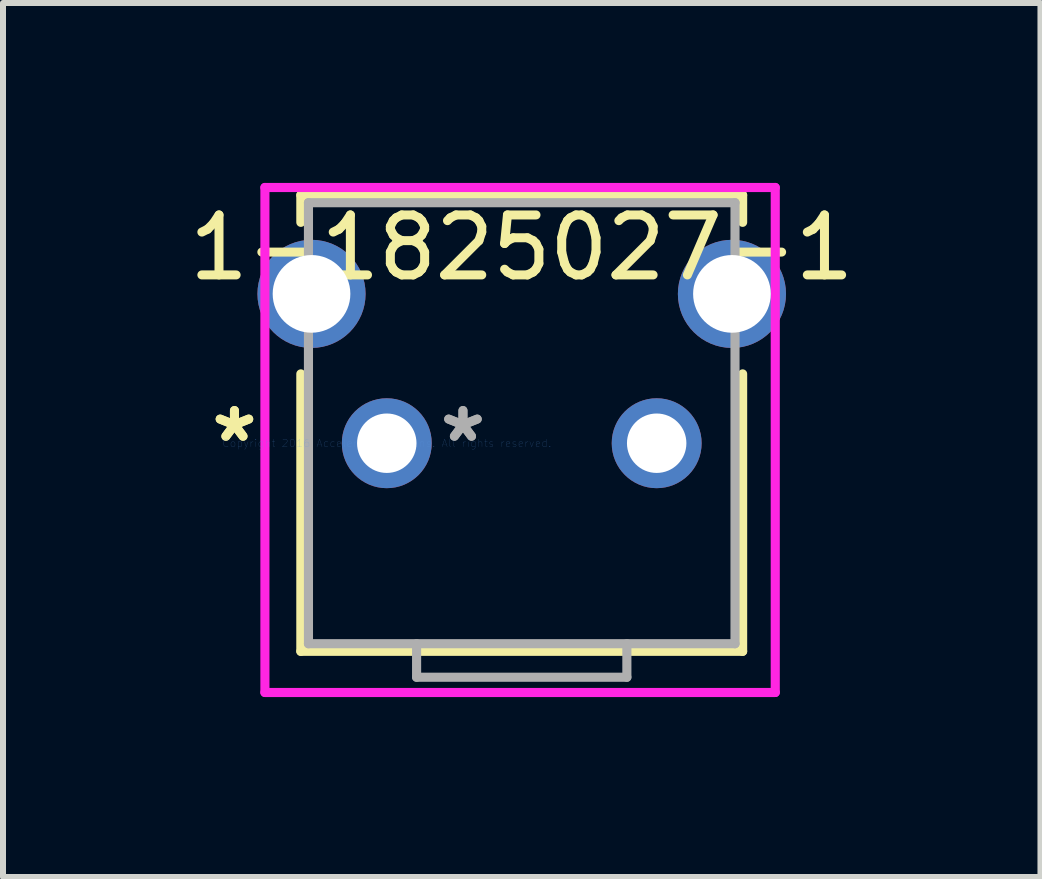
<source format=kicad_pcb>
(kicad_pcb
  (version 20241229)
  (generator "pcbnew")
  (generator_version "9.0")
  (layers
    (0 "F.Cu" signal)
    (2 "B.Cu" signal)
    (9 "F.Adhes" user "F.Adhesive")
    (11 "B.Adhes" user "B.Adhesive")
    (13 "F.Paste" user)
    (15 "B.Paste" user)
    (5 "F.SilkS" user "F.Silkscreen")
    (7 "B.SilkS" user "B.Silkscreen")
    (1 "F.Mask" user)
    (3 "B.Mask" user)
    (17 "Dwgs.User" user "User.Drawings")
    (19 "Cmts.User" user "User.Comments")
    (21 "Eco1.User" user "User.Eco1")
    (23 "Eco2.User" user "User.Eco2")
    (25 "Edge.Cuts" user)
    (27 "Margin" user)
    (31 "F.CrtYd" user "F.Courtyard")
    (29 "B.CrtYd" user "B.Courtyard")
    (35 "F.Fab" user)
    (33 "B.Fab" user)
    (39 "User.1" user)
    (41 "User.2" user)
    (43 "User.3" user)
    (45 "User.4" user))
  (footprint "1-1825027-1"
    (layer "F.Cu")
    (at 3.399 4.34)
    (property "Reference" "1-1825027-1" (at 2.25 -3.261 0) (layer "F.SilkS") (effects (font (size 1 1) (thickness 0.15))))
    (attr through_hole)
    (fp_line (start -1.433 -4.137) (end -1.433 -3.683) (stroke (width 0.152) (type solid)) (layer "F.SilkS"))
    (fp_line (start -1.433 -1.156) (end -1.433 3.47) (stroke (width 0.152) (type solid)) (layer "F.SilkS"))
    (fp_line (start -1.433 3.47) (end 5.933 3.47) (stroke (width 0.152) (type solid)) (layer "F.SilkS"))
    (fp_line (start 5.933 -4.137) (end -1.433 -4.137) (stroke (width 0.152) (type solid)) (layer "F.SilkS"))
    (fp_line (start 5.933 -3.683) (end 5.933 -4.137) (stroke (width 0.152) (type solid)) (layer "F.SilkS"))
    (fp_line (start 5.933 3.47) (end 5.933 -1.156) (stroke (width 0.152) (type solid)) (layer "F.SilkS"))
    (fp_line (start -2.032 -4.264) (end -2.032 4.156) (stroke (width 0.152) (type solid)) (layer "F.CrtYd"))
    (fp_line (start -2.032 4.156) (end 6.477 4.156) (stroke (width 0.152) (type solid)) (layer "F.CrtYd"))
    (fp_line (start 6.477 -4.264) (end -2.032 -4.264) (stroke (width 0.152) (type solid)) (layer "F.CrtYd"))
    (fp_line (start 6.477 4.156) (end 6.477 -4.264) (stroke (width 0.152) (type solid)) (layer "F.CrtYd"))
    (fp_line (start -1.306 -4.01) (end -1.306 3.343) (stroke (width 0.152) (type solid)) (layer "F.Fab"))
    (fp_line (start -1.306 3.343) (end 5.806 3.343) (stroke (width 0.152) (type solid)) (layer "F.Fab"))
    (fp_line (start 0.497 3.343) (end 0.497 3.902) (stroke (width 0.152) (type solid)) (layer "F.Fab"))
    (fp_line (start 0.497 3.902) (end 4.003 3.902) (stroke (width 0.152) (type solid)) (layer "F.Fab"))
    (fp_line (start 4.003 3.343) (end 4.003 3.902) (stroke (width 0.152) (type solid)) (layer "F.Fab"))
    (fp_line (start 5.806 -4.01) (end -1.306 -4.01) (stroke (width 0.152) (type solid)) (layer "F.Fab"))
    (fp_line (start 5.806 3.343) (end 5.806 -4.01) (stroke (width 0.152) (type solid)) (layer "F.Fab"))
    (fp_text user "*" (at -2.54 0 0) (layer "F.SilkS") (effects (font (size 1 1) (thickness 0.15))))
    (fp_text user "*" (at -2.54 0 0) (layer "F.SilkS") (effects (font (size 1 1) (thickness 0.15))))
    (fp_text user "Copyright 2016 Accelerated Designs. All rights reserved." (at 0 0 0) (layer "Cmts.User") (effects (font (size 0.127 0.127) (thickness 0.002))))
    (fp_text user "*" (at 1.27 0 0) (layer "F.Fab") (effects (font (size 1 1) (thickness 0.15))))
    (fp_text user "*" (at 1.27 0 0) (layer "F.Fab") (effects (font (size 1 1) (thickness 0.15))))
    (pad "1" thru_hole circle (at 0 0) (size 1.499 1.499) (drill 0.991) (layers "*.Cu" "*.Mask"))
    (pad "2" thru_hole circle (at 4.5 0) (size 1.499 1.499) (drill 0.991) (layers "*.Cu" "*.Mask"))
    (pad "3" thru_hole circle (at -1.255 -2.49) (size 1.803 1.803) (drill 1.295) (layers "*.Cu" "*.Mask"))
    (pad "4" thru_hole circle (at 5.755 -2.49) (size 1.803 1.803) (drill 1.295) (layers "*.Cu" "*.Mask")))
  (gr_rect
    (start -3 -3)
    (end 14.298 11.572)
    (stroke (width 0.1) (type default))
    (fill no)
    (layer "Edge.Cuts")))
</source>
